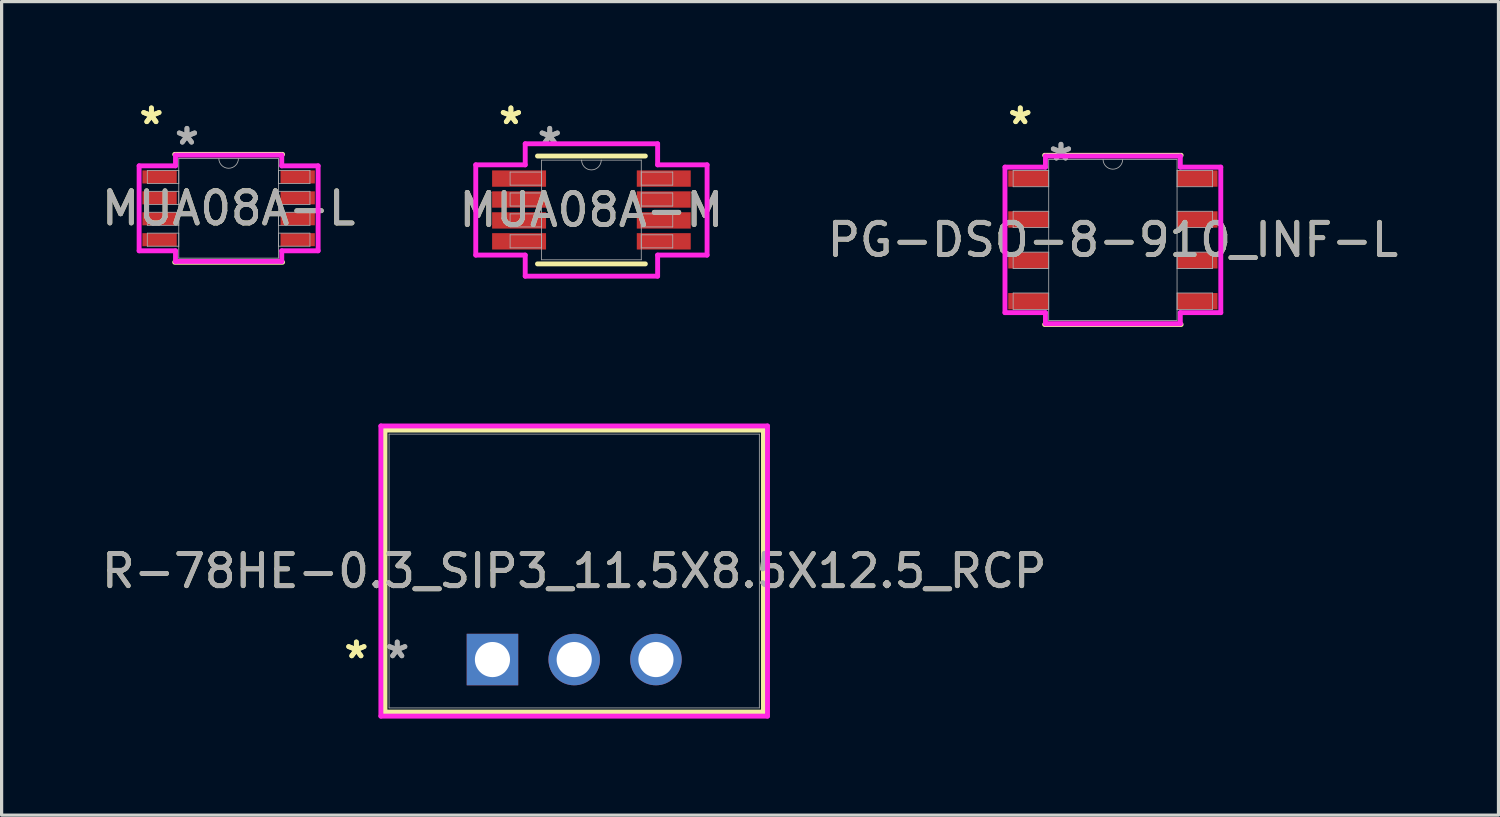
<source format=kicad_pcb>
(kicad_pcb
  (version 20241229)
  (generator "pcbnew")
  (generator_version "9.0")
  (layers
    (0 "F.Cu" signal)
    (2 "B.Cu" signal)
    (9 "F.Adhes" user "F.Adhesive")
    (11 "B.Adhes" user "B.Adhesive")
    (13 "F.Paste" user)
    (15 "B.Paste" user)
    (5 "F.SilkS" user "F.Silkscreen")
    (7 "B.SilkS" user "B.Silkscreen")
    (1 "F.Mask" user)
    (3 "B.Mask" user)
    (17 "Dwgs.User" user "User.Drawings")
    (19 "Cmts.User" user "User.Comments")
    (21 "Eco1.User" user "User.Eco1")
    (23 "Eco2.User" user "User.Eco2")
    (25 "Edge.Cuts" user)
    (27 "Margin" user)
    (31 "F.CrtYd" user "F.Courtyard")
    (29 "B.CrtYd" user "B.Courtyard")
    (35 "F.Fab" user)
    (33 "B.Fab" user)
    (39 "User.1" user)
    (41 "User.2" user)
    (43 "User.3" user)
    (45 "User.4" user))
  (footprint "PG-DSO-8-910_INF-L"
    (layer "F.Cu")
    (at 31.53 4.404)
    (property "Reference" "PG-DSO-8-910_INF-L" (at 0 0 0) (unlocked yes) (layer "F.SilkS") (effects (font (size 1 1) (thickness 0.15))))
    (attr smd)
    (fp_line (start -2.121 2.629) (end 2.121 2.629) (stroke (width 0.152) (type solid)) (layer "F.SilkS"))
    (fp_line (start 2.121 -2.629) (end -2.121 -2.629) (stroke (width 0.152) (type solid)) (layer "F.SilkS"))
    (fp_line (start -3.353 -2.261) (end -2.095 -2.261) (stroke (width 0.152) (type solid)) (layer "F.CrtYd"))
    (fp_line (start -3.353 2.261) (end -3.353 -2.261) (stroke (width 0.152) (type solid)) (layer "F.CrtYd"))
    (fp_line (start -3.353 2.261) (end -2.095 2.261) (stroke (width 0.152) (type solid)) (layer "F.CrtYd"))
    (fp_line (start -2.095 -2.603) (end 2.095 -2.603) (stroke (width 0.152) (type solid)) (layer "F.CrtYd"))
    (fp_line (start -2.095 -2.261) (end -2.095 -2.603) (stroke (width 0.152) (type solid)) (layer "F.CrtYd"))
    (fp_line (start -2.095 2.603) (end -2.095 2.261) (stroke (width 0.152) (type solid)) (layer "F.CrtYd"))
    (fp_line (start 2.095 -2.603) (end 2.095 -2.261) (stroke (width 0.152) (type solid)) (layer "F.CrtYd"))
    (fp_line (start 2.095 2.261) (end 2.095 2.603) (stroke (width 0.152) (type solid)) (layer "F.CrtYd"))
    (fp_line (start 2.095 2.603) (end -2.095 2.603) (stroke (width 0.152) (type solid)) (layer "F.CrtYd"))
    (fp_line (start 3.353 -2.261) (end 2.095 -2.261) (stroke (width 0.152) (type solid)) (layer "F.CrtYd"))
    (fp_line (start 3.353 -2.261) (end 3.353 2.261) (stroke (width 0.152) (type solid)) (layer "F.CrtYd"))
    (fp_line (start 3.353 2.261) (end 2.095 2.261) (stroke (width 0.152) (type solid)) (layer "F.CrtYd"))
    (fp_line (start -3.099 -2.159) (end -3.099 -1.651) (stroke (width 0.025) (type solid)) (layer "F.Fab"))
    (fp_line (start -3.099 -1.651) (end -1.994 -1.651) (stroke (width 0.025) (type solid)) (layer "F.Fab"))
    (fp_line (start -3.099 -0.889) (end -3.099 -0.381) (stroke (width 0.025) (type solid)) (layer "F.Fab"))
    (fp_line (start -3.099 -0.381) (end -1.994 -0.381) (stroke (width 0.025) (type solid)) (layer "F.Fab"))
    (fp_line (start -3.099 0.381) (end -3.099 0.889) (stroke (width 0.025) (type solid)) (layer "F.Fab"))
    (fp_line (start -3.099 0.889) (end -1.994 0.889) (stroke (width 0.025) (type solid)) (layer "F.Fab"))
    (fp_line (start -3.099 1.651) (end -3.099 2.159) (stroke (width 0.025) (type solid)) (layer "F.Fab"))
    (fp_line (start -3.099 2.159) (end -1.994 2.159) (stroke (width 0.025) (type solid)) (layer "F.Fab"))
    (fp_line (start -1.994 -2.502) (end -1.994 2.502) (stroke (width 0.025) (type solid)) (layer "F.Fab"))
    (fp_line (start -1.994 -2.159) (end -3.099 -2.159) (stroke (width 0.025) (type solid)) (layer "F.Fab"))
    (fp_line (start -1.994 -1.651) (end -1.994 -2.159) (stroke (width 0.025) (type solid)) (layer "F.Fab"))
    (fp_line (start -1.994 -0.889) (end -3.099 -0.889) (stroke (width 0.025) (type solid)) (layer "F.Fab"))
    (fp_line (start -1.994 -0.381) (end -1.994 -0.889) (stroke (width 0.025) (type solid)) (layer "F.Fab"))
    (fp_line (start -1.994 0.381) (end -3.099 0.381) (stroke (width 0.025) (type solid)) (layer "F.Fab"))
    (fp_line (start -1.994 0.889) (end -1.994 0.381) (stroke (width 0.025) (type solid)) (layer "F.Fab"))
    (fp_line (start -1.994 1.651) (end -3.099 1.651) (stroke (width 0.025) (type solid)) (layer "F.Fab"))
    (fp_line (start -1.994 2.159) (end -1.994 1.651) (stroke (width 0.025) (type solid)) (layer "F.Fab"))
    (fp_line (start -1.994 2.502) (end 1.994 2.502) (stroke (width 0.025) (type solid)) (layer "F.Fab"))
    (fp_line (start 1.994 -2.502) (end -1.994 -2.502) (stroke (width 0.025) (type solid)) (layer "F.Fab"))
    (fp_line (start 1.994 -2.159) (end 1.994 -1.651) (stroke (width 0.025) (type solid)) (layer "F.Fab"))
    (fp_line (start 1.994 -1.651) (end 3.099 -1.651) (stroke (width 0.025) (type solid)) (layer "F.Fab"))
    (fp_line (start 1.994 -0.889) (end 1.994 -0.381) (stroke (width 0.025) (type solid)) (layer "F.Fab"))
    (fp_line (start 1.994 -0.381) (end 3.099 -0.381) (stroke (width 0.025) (type solid)) (layer "F.Fab"))
    (fp_line (start 1.994 0.381) (end 1.994 0.889) (stroke (width 0.025) (type solid)) (layer "F.Fab"))
    (fp_line (start 1.994 0.889) (end 3.099 0.889) (stroke (width 0.025) (type solid)) (layer "F.Fab"))
    (fp_line (start 1.994 1.651) (end 1.994 2.159) (stroke (width 0.025) (type solid)) (layer "F.Fab"))
    (fp_line (start 1.994 2.159) (end 3.099 2.159) (stroke (width 0.025) (type solid)) (layer "F.Fab"))
    (fp_line (start 1.994 2.502) (end 1.994 -2.502) (stroke (width 0.025) (type solid)) (layer "F.Fab"))
    (fp_line (start 3.099 -2.159) (end 1.994 -2.159) (stroke (width 0.025) (type solid)) (layer "F.Fab"))
    (fp_line (start 3.099 -1.651) (end 3.099 -2.159) (stroke (width 0.025) (type solid)) (layer "F.Fab"))
    (fp_line (start 3.099 -0.889) (end 1.994 -0.889) (stroke (width 0.025) (type solid)) (layer "F.Fab"))
    (fp_line (start 3.099 -0.381) (end 3.099 -0.889) (stroke (width 0.025) (type solid)) (layer "F.Fab"))
    (fp_line (start 3.099 0.381) (end 1.994 0.381) (stroke (width 0.025) (type solid)) (layer "F.Fab"))
    (fp_line (start 3.099 0.889) (end 3.099 0.381) (stroke (width 0.025) (type solid)) (layer "F.Fab"))
    (fp_line (start 3.099 1.651) (end 1.994 1.651) (stroke (width 0.025) (type solid)) (layer "F.Fab"))
    (fp_line (start 3.099 2.159) (end 3.099 1.651) (stroke (width 0.025) (type solid)) (layer "F.Fab"))
    (fp_arc (start 0.3048 -2.5019) (mid 0 -2.1971) (end -0.3048 -2.5019) (stroke (width 0.0254) (type solid)) (layer "F.Fab"))
    (fp_text user "*" (at -2.877 -3.556 0) (unlocked yes) (layer "F.SilkS") (effects (font (size 1 1) (thickness 0.15))))
    (fp_text user "*" (at -2.877 -3.556 0) (layer "F.SilkS") (effects (font (size 1 1) (thickness 0.15))))
    (fp_text user "*" (at -1.613 -2.426 0) (unlocked yes) (layer "F.Fab") (effects (font (size 1 1) (thickness 0.15))))
    (fp_text user "${REFERENCE}" (at 0 0 0) (unlocked yes) (layer "F.Fab") (effects (font (size 1 1) (thickness 0.15))))
    (fp_text user "*" (at -1.613 -2.426 0) (layer "F.Fab") (effects (font (size 1 1) (thickness 0.15))))
    (pad "1" smd rect (at -2.623 -1.905) (size 1.257 0.508) (layers "F.Cu" "F.Mask" "F.Paste"))
    (pad "2" smd rect (at -2.623 -0.635) (size 1.257 0.508) (layers "F.Cu" "F.Mask" "F.Paste"))
    (pad "3" smd rect (at -2.623 0.635) (size 1.257 0.508) (layers "F.Cu" "F.Mask" "F.Paste"))
    (pad "4" smd rect (at -2.623 1.905) (size 1.257 0.508) (layers "F.Cu" "F.Mask" "F.Paste"))
    (pad "5" smd rect (at 2.623 1.905) (size 1.257 0.508) (layers "F.Cu" "F.Mask" "F.Paste"))
    (pad "6" smd rect (at 2.623 0.635) (size 1.257 0.508) (layers "F.Cu" "F.Mask" "F.Paste"))
    (pad "7" smd rect (at 2.623 -0.635) (size 1.257 0.508) (layers "F.Cu" "F.Mask" "F.Paste"))
    (pad "8" smd rect (at 2.623 -1.905) (size 1.257 0.508) (layers "F.Cu" "F.Mask" "F.Paste")))
  (footprint "R-78HE-0.3_SIP3_11.5X8.5X12.5_RCP"
    (layer "F.Cu")
    (at 12.252 17.444)
    (property "Reference" "R-78HE-0.3_SIP3_11.5X8.5X12.5_RCP" (at 2.54 -2.75 0) (unlocked yes) (layer "F.SilkS") (effects (font (size 1 1) (thickness 0.15))))
    (attr through_hole)
    (fp_line (start -3.34 -7.131) (end -3.34 1.631) (stroke (width 0.152) (type solid)) (layer "F.SilkS"))
    (fp_line (start -3.34 1.631) (end 8.42 1.631) (stroke (width 0.152) (type solid)) (layer "F.SilkS"))
    (fp_line (start 8.42 -7.131) (end -3.34 -7.131) (stroke (width 0.152) (type solid)) (layer "F.SilkS"))
    (fp_line (start 8.42 1.631) (end 8.42 -7.131) (stroke (width 0.152) (type solid)) (layer "F.SilkS"))
    (fp_line (start -3.467 -7.258) (end 8.547 -7.258) (stroke (width 0.152) (type solid)) (layer "F.CrtYd"))
    (fp_line (start -3.467 1.758) (end -3.467 -7.258) (stroke (width 0.152) (type solid)) (layer "F.CrtYd"))
    (fp_line (start 8.547 -7.258) (end 8.547 1.758) (stroke (width 0.152) (type solid)) (layer "F.CrtYd"))
    (fp_line (start 8.547 1.758) (end -3.467 1.758) (stroke (width 0.152) (type solid)) (layer "F.CrtYd"))
    (fp_line (start -3.213 -7.005) (end -3.213 1.504) (stroke (width 0.025) (type solid)) (layer "F.Fab"))
    (fp_line (start -3.213 1.504) (end 8.293 1.504) (stroke (width 0.025) (type solid)) (layer "F.Fab"))
    (fp_line (start 8.293 -7.005) (end -3.213 -7.005) (stroke (width 0.025) (type solid)) (layer "F.Fab"))
    (fp_line (start 8.293 1.504) (end 8.293 -7.005) (stroke (width 0.025) (type solid)) (layer "F.Fab"))
    (fp_text user "*" (at -4.229 0 0) (unlocked yes) (layer "F.SilkS") (effects (font (size 1 1) (thickness 0.15))))
    (fp_text user "*" (at -4.229 0 0) (layer "F.SilkS") (effects (font (size 1 1) (thickness 0.15))))
    (fp_text user "${REFERENCE}" (at 2.54 -2.75 0) (unlocked yes) (layer "F.Fab") (effects (font (size 1 1) (thickness 0.15))))
    (fp_text user "*" (at -2.959 0 0) (unlocked yes) (layer "F.Fab") (effects (font (size 1 1) (thickness 0.15))))
    (fp_text user "*" (at -2.959 0 0) (layer "F.Fab") (effects (font (size 1 1) (thickness 0.15))))
    (pad "1" thru_hole rect (at 0 0) (size 1.6 1.6) (drill 1.092) (layers "*.Cu" "*.Mask"))
    (pad "2" thru_hole circle (at 2.54 0) (size 1.6 1.6) (drill 1.092) (layers "*.Cu" "*.Mask"))
    (pad "3" thru_hole circle (at 5.08 0) (size 1.6 1.6) (drill 1.092) (layers "*.Cu" "*.Mask")))
  (footprint "MUA08A-L"
    (layer "F.Cu")
    (at 4.054 3.423)
    (property "Reference" "MUA08A-L" (at 0 0 0) (unlocked yes) (layer "F.SilkS") (effects (font (size 1 1) (thickness 0.15))))
    (attr smd)
    (fp_line (start -1.676 1.676) (end 1.676 1.676) (stroke (width 0.152) (type solid)) (layer "F.SilkS"))
    (fp_line (start 1.676 -1.676) (end -1.676 -1.676) (stroke (width 0.152) (type solid)) (layer "F.SilkS"))
    (fp_line (start -2.781 -1.32) (end -1.651 -1.32) (stroke (width 0.152) (type solid)) (layer "F.CrtYd"))
    (fp_line (start -2.781 1.32) (end -2.781 -1.32) (stroke (width 0.152) (type solid)) (layer "F.CrtYd"))
    (fp_line (start -2.781 1.32) (end -1.651 1.32) (stroke (width 0.152) (type solid)) (layer "F.CrtYd"))
    (fp_line (start -1.651 -1.651) (end 1.651 -1.651) (stroke (width 0.152) (type solid)) (layer "F.CrtYd"))
    (fp_line (start -1.651 -1.32) (end -1.651 -1.651) (stroke (width 0.152) (type solid)) (layer "F.CrtYd"))
    (fp_line (start -1.651 1.651) (end -1.651 1.32) (stroke (width 0.152) (type solid)) (layer "F.CrtYd"))
    (fp_line (start 1.651 -1.651) (end 1.651 -1.32) (stroke (width 0.152) (type solid)) (layer "F.CrtYd"))
    (fp_line (start 1.651 1.32) (end 1.651 1.651) (stroke (width 0.152) (type solid)) (layer "F.CrtYd"))
    (fp_line (start 1.651 1.651) (end -1.651 1.651) (stroke (width 0.152) (type solid)) (layer "F.CrtYd"))
    (fp_line (start 2.781 -1.32) (end 1.651 -1.32) (stroke (width 0.152) (type solid)) (layer "F.CrtYd"))
    (fp_line (start 2.781 -1.32) (end 2.781 1.32) (stroke (width 0.152) (type solid)) (layer "F.CrtYd"))
    (fp_line (start 2.781 1.32) (end 1.651 1.32) (stroke (width 0.152) (type solid)) (layer "F.CrtYd"))
    (fp_line (start -2.527 -1.178) (end -2.527 -0.772) (stroke (width 0.025) (type solid)) (layer "F.Fab"))
    (fp_line (start -2.527 -0.772) (end -1.549 -0.772) (stroke (width 0.025) (type solid)) (layer "F.Fab"))
    (fp_line (start -2.527 -0.528) (end -2.527 -0.122) (stroke (width 0.025) (type solid)) (layer "F.Fab"))
    (fp_line (start -2.527 -0.122) (end -1.549 -0.122) (stroke (width 0.025) (type solid)) (layer "F.Fab"))
    (fp_line (start -2.527 0.122) (end -2.527 0.528) (stroke (width 0.025) (type solid)) (layer "F.Fab"))
    (fp_line (start -2.527 0.528) (end -1.549 0.528) (stroke (width 0.025) (type solid)) (layer "F.Fab"))
    (fp_line (start -2.527 0.772) (end -2.527 1.178) (stroke (width 0.025) (type solid)) (layer "F.Fab"))
    (fp_line (start -2.527 1.178) (end -1.549 1.178) (stroke (width 0.025) (type solid)) (layer "F.Fab"))
    (fp_line (start -1.549 -1.549) (end -1.549 1.549) (stroke (width 0.025) (type solid)) (layer "F.Fab"))
    (fp_line (start -1.549 -1.178) (end -2.527 -1.178) (stroke (width 0.025) (type solid)) (layer "F.Fab"))
    (fp_line (start -1.549 -0.772) (end -1.549 -1.178) (stroke (width 0.025) (type solid)) (layer "F.Fab"))
    (fp_line (start -1.549 -0.528) (end -2.527 -0.528) (stroke (width 0.025) (type solid)) (layer "F.Fab"))
    (fp_line (start -1.549 -0.122) (end -1.549 -0.528) (stroke (width 0.025) (type solid)) (layer "F.Fab"))
    (fp_line (start -1.549 0.122) (end -2.527 0.122) (stroke (width 0.025) (type solid)) (layer "F.Fab"))
    (fp_line (start -1.549 0.528) (end -1.549 0.122) (stroke (width 0.025) (type solid)) (layer "F.Fab"))
    (fp_line (start -1.549 0.772) (end -2.527 0.772) (stroke (width 0.025) (type solid)) (layer "F.Fab"))
    (fp_line (start -1.549 1.178) (end -1.549 0.772) (stroke (width 0.025) (type solid)) (layer "F.Fab"))
    (fp_line (start -1.549 1.549) (end 1.549 1.549) (stroke (width 0.025) (type solid)) (layer "F.Fab"))
    (fp_line (start 1.549 -1.549) (end -1.549 -1.549) (stroke (width 0.025) (type solid)) (layer "F.Fab"))
    (fp_line (start 1.549 -1.178) (end 1.549 -0.772) (stroke (width 0.025) (type solid)) (layer "F.Fab"))
    (fp_line (start 1.549 -0.772) (end 2.527 -0.772) (stroke (width 0.025) (type solid)) (layer "F.Fab"))
    (fp_line (start 1.549 -0.528) (end 1.549 -0.122) (stroke (width 0.025) (type solid)) (layer "F.Fab"))
    (fp_line (start 1.549 -0.122) (end 2.527 -0.122) (stroke (width 0.025) (type solid)) (layer "F.Fab"))
    (fp_line (start 1.549 0.122) (end 1.549 0.528) (stroke (width 0.025) (type solid)) (layer "F.Fab"))
    (fp_line (start 1.549 0.528) (end 2.527 0.528) (stroke (width 0.025) (type solid)) (layer "F.Fab"))
    (fp_line (start 1.549 0.772) (end 1.549 1.178) (stroke (width 0.025) (type solid)) (layer "F.Fab"))
    (fp_line (start 1.549 1.178) (end 2.527 1.178) (stroke (width 0.025) (type solid)) (layer "F.Fab"))
    (fp_line (start 1.549 1.549) (end 1.549 -1.549) (stroke (width 0.025) (type solid)) (layer "F.Fab"))
    (fp_line (start 2.527 -1.178) (end 1.549 -1.178) (stroke (width 0.025) (type solid)) (layer "F.Fab"))
    (fp_line (start 2.527 -0.772) (end 2.527 -1.178) (stroke (width 0.025) (type solid)) (layer "F.Fab"))
    (fp_line (start 2.527 -0.528) (end 1.549 -0.528) (stroke (width 0.025) (type solid)) (layer "F.Fab"))
    (fp_line (start 2.527 -0.122) (end 2.527 -0.528) (stroke (width 0.025) (type solid)) (layer "F.Fab"))
    (fp_line (start 2.527 0.122) (end 1.549 0.122) (stroke (width 0.025) (type solid)) (layer "F.Fab"))
    (fp_line (start 2.527 0.528) (end 2.527 0.122) (stroke (width 0.025) (type solid)) (layer "F.Fab"))
    (fp_line (start 2.527 0.772) (end 1.549 0.772) (stroke (width 0.025) (type solid)) (layer "F.Fab"))
    (fp_line (start 2.527 1.178) (end 2.527 0.772) (stroke (width 0.025) (type solid)) (layer "F.Fab"))
    (fp_arc (start 0.3048 -1.5494) (mid 0 -1.2446) (end -0.3048 -1.5494) (stroke (width 0.0254) (type solid)) (layer "F.Fab"))
    (fp_text user "*" (at -2.4 -2.575 0) (unlocked yes) (layer "F.SilkS") (effects (font (size 1 1) (thickness 0.15))))
    (fp_text user "*" (at -2.4 -2.575 0) (layer "F.SilkS") (effects (font (size 1 1) (thickness 0.15))))
    (fp_text user "*" (at -1.295 -1.94 0) (layer "F.Fab") (effects (font (size 1 1) (thickness 0.15))))
    (fp_text user "*" (at -1.295 -1.94 0) (unlocked yes) (layer "F.Fab") (effects (font (size 1 1) (thickness 0.15))))
    (fp_text user "${REFERENCE}" (at 0 0 0) (unlocked yes) (layer "F.Fab") (effects (font (size 1 1) (thickness 0.15))))
    (pad "1" smd rect (at -2.146 -0.975) (size 1.067 0.406) (layers "F.Cu" "F.Mask" "F.Paste"))
    (pad "2" smd rect (at -2.146 -0.325) (size 1.067 0.406) (layers "F.Cu" "F.Mask" "F.Paste"))
    (pad "3" smd rect (at -2.146 0.325) (size 1.067 0.406) (layers "F.Cu" "F.Mask" "F.Paste"))
    (pad "4" smd rect (at -2.146 0.975) (size 1.067 0.406) (layers "F.Cu" "F.Mask" "F.Paste"))
    (pad "5" smd rect (at 2.146 0.975) (size 1.067 0.406) (layers "F.Cu" "F.Mask" "F.Paste"))
    (pad "6" smd rect (at 2.146 0.325) (size 1.067 0.406) (layers "F.Cu" "F.Mask" "F.Paste"))
    (pad "7" smd rect (at 2.146 -0.325) (size 1.067 0.406) (layers "F.Cu" "F.Mask" "F.Paste"))
    (pad "8" smd rect (at 2.146 -0.975) (size 1.067 0.406) (layers "F.Cu" "F.Mask" "F.Paste")))
  (footprint "MUA08A-M"
    (layer "F.Cu")
    (at 15.327 3.474)
    (property "Reference" "MUA08A-M" (at 0 0 0) (unlocked yes) (layer "F.SilkS") (effects (font (size 1 1) (thickness 0.15))))
    (attr smd)
    (fp_line (start -1.676 1.676) (end 1.676 1.676) (stroke (width 0.152) (type solid)) (layer "F.SilkS"))
    (fp_line (start 1.676 -1.676) (end -1.676 -1.676) (stroke (width 0.152) (type solid)) (layer "F.SilkS"))
    (fp_line (start -3.594 -1.402) (end -2.057 -1.402) (stroke (width 0.152) (type solid)) (layer "F.CrtYd"))
    (fp_line (start -3.594 1.402) (end -3.594 -1.402) (stroke (width 0.152) (type solid)) (layer "F.CrtYd"))
    (fp_line (start -3.594 1.402) (end -2.057 1.402) (stroke (width 0.152) (type solid)) (layer "F.CrtYd"))
    (fp_line (start -2.057 -2.057) (end 2.057 -2.057) (stroke (width 0.152) (type solid)) (layer "F.CrtYd"))
    (fp_line (start -2.057 -1.402) (end -2.057 -2.057) (stroke (width 0.152) (type solid)) (layer "F.CrtYd"))
    (fp_line (start -2.057 2.057) (end -2.057 1.402) (stroke (width 0.152) (type solid)) (layer "F.CrtYd"))
    (fp_line (start 2.057 -2.057) (end 2.057 -1.402) (stroke (width 0.152) (type solid)) (layer "F.CrtYd"))
    (fp_line (start 2.057 1.402) (end 2.057 2.057) (stroke (width 0.152) (type solid)) (layer "F.CrtYd"))
    (fp_line (start 2.057 2.057) (end -2.057 2.057) (stroke (width 0.152) (type solid)) (layer "F.CrtYd"))
    (fp_line (start 3.594 -1.402) (end 2.057 -1.402) (stroke (width 0.152) (type solid)) (layer "F.CrtYd"))
    (fp_line (start 3.594 -1.402) (end 3.594 1.402) (stroke (width 0.152) (type solid)) (layer "F.CrtYd"))
    (fp_line (start 3.594 1.402) (end 2.057 1.402) (stroke (width 0.152) (type solid)) (layer "F.CrtYd"))
    (fp_line (start -2.527 -1.178) (end -2.527 -0.772) (stroke (width 0.025) (type solid)) (layer "F.Fab"))
    (fp_line (start -2.527 -0.772) (end -1.549 -0.772) (stroke (width 0.025) (type solid)) (layer "F.Fab"))
    (fp_line (start -2.527 -0.528) (end -2.527 -0.122) (stroke (width 0.025) (type solid)) (layer "F.Fab"))
    (fp_line (start -2.527 -0.122) (end -1.549 -0.122) (stroke (width 0.025) (type solid)) (layer "F.Fab"))
    (fp_line (start -2.527 0.122) (end -2.527 0.528) (stroke (width 0.025) (type solid)) (layer "F.Fab"))
    (fp_line (start -2.527 0.528) (end -1.549 0.528) (stroke (width 0.025) (type solid)) (layer "F.Fab"))
    (fp_line (start -2.527 0.772) (end -2.527 1.178) (stroke (width 0.025) (type solid)) (layer "F.Fab"))
    (fp_line (start -2.527 1.178) (end -1.549 1.178) (stroke (width 0.025) (type solid)) (layer "F.Fab"))
    (fp_line (start -1.549 -1.549) (end -1.549 1.549) (stroke (width 0.025) (type solid)) (layer "F.Fab"))
    (fp_line (start -1.549 -1.178) (end -2.527 -1.178) (stroke (width 0.025) (type solid)) (layer "F.Fab"))
    (fp_line (start -1.549 -0.772) (end -1.549 -1.178) (stroke (width 0.025) (type solid)) (layer "F.Fab"))
    (fp_line (start -1.549 -0.528) (end -2.527 -0.528) (stroke (width 0.025) (type solid)) (layer "F.Fab"))
    (fp_line (start -1.549 -0.122) (end -1.549 -0.528) (stroke (width 0.025) (type solid)) (layer "F.Fab"))
    (fp_line (start -1.549 0.122) (end -2.527 0.122) (stroke (width 0.025) (type solid)) (layer "F.Fab"))
    (fp_line (start -1.549 0.528) (end -1.549 0.122) (stroke (width 0.025) (type solid)) (layer "F.Fab"))
    (fp_line (start -1.549 0.772) (end -2.527 0.772) (stroke (width 0.025) (type solid)) (layer "F.Fab"))
    (fp_line (start -1.549 1.178) (end -1.549 0.772) (stroke (width 0.025) (type solid)) (layer "F.Fab"))
    (fp_line (start -1.549 1.549) (end 1.549 1.549) (stroke (width 0.025) (type solid)) (layer "F.Fab"))
    (fp_line (start 1.549 -1.549) (end -1.549 -1.549) (stroke (width 0.025) (type solid)) (layer "F.Fab"))
    (fp_line (start 1.549 -1.178) (end 1.549 -0.772) (stroke (width 0.025) (type solid)) (layer "F.Fab"))
    (fp_line (start 1.549 -0.772) (end 2.527 -0.772) (stroke (width 0.025) (type solid)) (layer "F.Fab"))
    (fp_line (start 1.549 -0.528) (end 1.549 -0.122) (stroke (width 0.025) (type solid)) (layer "F.Fab"))
    (fp_line (start 1.549 -0.122) (end 2.527 -0.122) (stroke (width 0.025) (type solid)) (layer "F.Fab"))
    (fp_line (start 1.549 0.122) (end 1.549 0.528) (stroke (width 0.025) (type solid)) (layer "F.Fab"))
    (fp_line (start 1.549 0.528) (end 2.527 0.528) (stroke (width 0.025) (type solid)) (layer "F.Fab"))
    (fp_line (start 1.549 0.772) (end 1.549 1.178) (stroke (width 0.025) (type solid)) (layer "F.Fab"))
    (fp_line (start 1.549 1.178) (end 2.527 1.178) (stroke (width 0.025) (type solid)) (layer "F.Fab"))
    (fp_line (start 1.549 1.549) (end 1.549 -1.549) (stroke (width 0.025) (type solid)) (layer "F.Fab"))
    (fp_line (start 2.527 -1.178) (end 1.549 -1.178) (stroke (width 0.025) (type solid)) (layer "F.Fab"))
    (fp_line (start 2.527 -0.772) (end 2.527 -1.178) (stroke (width 0.025) (type solid)) (layer "F.Fab"))
    (fp_line (start 2.527 -0.528) (end 1.549 -0.528) (stroke (width 0.025) (type solid)) (layer "F.Fab"))
    (fp_line (start 2.527 -0.122) (end 2.527 -0.528) (stroke (width 0.025) (type solid)) (layer "F.Fab"))
    (fp_line (start 2.527 0.122) (end 1.549 0.122) (stroke (width 0.025) (type solid)) (layer "F.Fab"))
    (fp_line (start 2.527 0.528) (end 2.527 0.122) (stroke (width 0.025) (type solid)) (layer "F.Fab"))
    (fp_line (start 2.527 0.772) (end 1.549 0.772) (stroke (width 0.025) (type solid)) (layer "F.Fab"))
    (fp_line (start 2.527 1.178) (end 2.527 0.772) (stroke (width 0.025) (type solid)) (layer "F.Fab"))
    (fp_arc (start 0.3048 -1.5494) (mid 0 -1.2446) (end -0.3048 -1.5494) (stroke (width 0.0254) (type solid)) (layer "F.Fab"))
    (fp_text user "*" (at -2.502 -2.626 0) (layer "F.SilkS") (effects (font (size 1 1) (thickness 0.15))))
    (fp_text user "*" (at -2.502 -2.626 0) (unlocked yes) (layer "F.SilkS") (effects (font (size 1 1) (thickness 0.15))))
    (fp_text user "*" (at -1.295 -1.991 0) (unlocked yes) (layer "F.Fab") (effects (font (size 1 1) (thickness 0.15))))
    (fp_text user "*" (at -1.295 -1.991 0) (layer "F.Fab") (effects (font (size 1 1) (thickness 0.15))))
    (fp_text user "${REFERENCE}" (at 0 0 0) (unlocked yes) (layer "F.Fab") (effects (font (size 1 1) (thickness 0.15))))
    (pad "1" smd rect (at -2.248 -0.975) (size 1.676 0.508) (layers "F.Cu" "F.Mask" "F.Paste"))
    (pad "2" smd rect (at -2.248 -0.325) (size 1.676 0.508) (layers "F.Cu" "F.Mask" "F.Paste"))
    (pad "3" smd rect (at -2.248 0.325) (size 1.676 0.508) (layers "F.Cu" "F.Mask" "F.Paste"))
    (pad "4" smd rect (at -2.248 0.975) (size 1.676 0.508) (layers "F.Cu" "F.Mask" "F.Paste"))
    (pad "5" smd rect (at 2.248 0.975) (size 1.676 0.508) (layers "F.Cu" "F.Mask" "F.Paste"))
    (pad "6" smd rect (at 2.248 0.325) (size 1.676 0.508) (layers "F.Cu" "F.Mask" "F.Paste"))
    (pad "7" smd rect (at 2.248 -0.325) (size 1.676 0.508) (layers "F.Cu" "F.Mask" "F.Paste"))
    (pad "8" smd rect (at 2.248 -0.975) (size 1.676 0.508) (layers "F.Cu" "F.Mask" "F.Paste")))
  (gr_rect
    (start -3 -3)
    (end 43.512 22.279)
    (stroke (width 0.1) (type default))
    (fill no)
    (layer "Edge.Cuts")))
</source>
